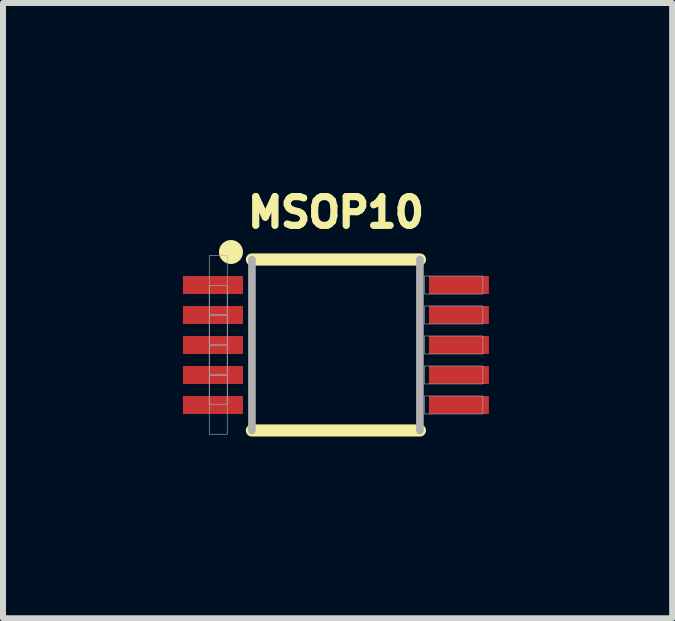
<source format=kicad_pcb>
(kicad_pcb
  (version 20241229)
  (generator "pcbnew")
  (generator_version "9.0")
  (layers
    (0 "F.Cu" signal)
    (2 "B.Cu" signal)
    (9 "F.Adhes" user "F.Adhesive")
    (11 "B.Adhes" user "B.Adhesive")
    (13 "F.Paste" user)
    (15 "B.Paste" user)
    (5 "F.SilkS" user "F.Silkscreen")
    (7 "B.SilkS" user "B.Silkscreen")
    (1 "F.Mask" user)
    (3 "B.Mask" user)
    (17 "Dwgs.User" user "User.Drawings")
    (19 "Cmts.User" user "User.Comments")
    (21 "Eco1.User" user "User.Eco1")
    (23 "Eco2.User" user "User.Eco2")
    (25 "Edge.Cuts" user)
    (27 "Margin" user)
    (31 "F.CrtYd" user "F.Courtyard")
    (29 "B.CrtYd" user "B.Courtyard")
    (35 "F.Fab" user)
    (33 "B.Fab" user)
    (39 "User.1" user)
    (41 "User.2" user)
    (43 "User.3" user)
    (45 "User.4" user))
  (footprint "MSOP10"
    (layer "F.Cu")
    (at 2.55 2.701)
    (property "Reference" "MSOP10" (at 0 -2.21 0) (layer "F.SilkS") (effects (font (size 0.48 0.48) (thickness 0.15))))
    (attr smd)
    (fp_poly (pts (xy -2.25 -1.55) (xy -1.85 -1.55) (xy -1.85 -0.45) (xy -2.25 -0.45)) (stroke (width 0.01) (type solid)) (fill yes) (layer "F.Mask"))
    (fp_poly (pts (xy -2.25 -1.05) (xy -1.85 -1.05) (xy -1.85 0.05) (xy -2.25 0.05)) (stroke (width 0.01) (type solid)) (fill yes) (layer "F.Mask"))
    (fp_poly (pts (xy -2.25 -0.55) (xy -1.85 -0.55) (xy -1.85 0.55) (xy -2.25 0.55)) (stroke (width 0.01) (type solid)) (fill yes) (layer "F.Mask"))
    (fp_poly (pts (xy -2.25 -0.05) (xy -1.85 -0.05) (xy -1.85 1.05) (xy -2.25 1.05)) (stroke (width 0.01) (type solid)) (fill yes) (layer "F.Mask"))
    (fp_poly (pts (xy -2.25 0.45) (xy -1.85 0.45) (xy -1.85 1.55) (xy -2.25 1.55)) (stroke (width 0.01) (type solid)) (fill yes) (layer "F.Mask"))
    (fp_poly (pts (xy 1.5 -1.2) (xy 2.6 -1.2) (xy 2.6 -0.8) (xy 1.5 -0.8)) (stroke (width 0.01) (type solid)) (fill yes) (layer "F.Mask"))
    (fp_poly (pts (xy 1.5 -0.7) (xy 2.6 -0.7) (xy 2.6 -0.3) (xy 1.5 -0.3)) (stroke (width 0.01) (type solid)) (fill yes) (layer "F.Mask"))
    (fp_poly (pts (xy 1.5 -0.2) (xy 2.6 -0.2) (xy 2.6 0.2) (xy 1.5 0.2)) (stroke (width 0.01) (type solid)) (fill yes) (layer "F.Mask"))
    (fp_poly (pts (xy 1.5 0.3) (xy 2.6 0.3) (xy 2.6 0.7) (xy 1.5 0.7)) (stroke (width 0.01) (type solid)) (fill yes) (layer "F.Mask"))
    (fp_poly (pts (xy 1.5 0.8) (xy 2.6 0.8) (xy 2.6 1.2) (xy 1.5 1.2)) (stroke (width 0.01) (type solid)) (fill yes) (layer "F.Mask"))
    (fp_line (start -1.4 1.425) (end 1.4 1.425) (stroke (width 0.203) (type solid)) (layer "F.SilkS"))
    (fp_line (start 1.4 -1.425) (end -1.4 -1.425) (stroke (width 0.203) (type solid)) (layer "F.SilkS"))
    (fp_circle (center -1.75 -1.55) (end -1.55 -1.55) (stroke (width 0) (type solid)) (fill yes) (layer "F.SilkS"))
    (fp_poly (pts (xy -2.188 -1.438) (xy -1.938 -1.438) (xy -1.938 -0.562) (xy -2.188 -0.562)) (stroke (width 0.01) (type solid)) (fill yes) (layer "F.Paste"))
    (fp_poly (pts (xy -2.188 -0.938) (xy -1.938 -0.938) (xy -1.938 -0.062) (xy -2.188 -0.062)) (stroke (width 0.01) (type solid)) (fill yes) (layer "F.Paste"))
    (fp_poly (pts (xy -2.188 -0.438) (xy -1.938 -0.438) (xy -1.938 0.438) (xy -2.188 0.438)) (stroke (width 0.01) (type solid)) (fill yes) (layer "F.Paste"))
    (fp_poly (pts (xy -2.188 0.062) (xy -1.938 0.062) (xy -1.938 0.938) (xy -2.188 0.938)) (stroke (width 0.01) (type solid)) (fill yes) (layer "F.Paste"))
    (fp_poly (pts (xy -2.188 0.562) (xy -1.938 0.562) (xy -1.938 1.438) (xy -2.188 1.438)) (stroke (width 0.01) (type solid)) (fill yes) (layer "F.Paste"))
    (fp_poly (pts (xy 1.625 -1.125) (xy 2.5 -1.125) (xy 2.5 -0.875) (xy 1.625 -0.875)) (stroke (width 0.01) (type solid)) (fill yes) (layer "F.Paste"))
    (fp_poly (pts (xy 1.625 -0.625) (xy 2.5 -0.625) (xy 2.5 -0.375) (xy 1.625 -0.375)) (stroke (width 0.01) (type solid)) (fill yes) (layer "F.Paste"))
    (fp_poly (pts (xy 1.625 -0.125) (xy 2.5 -0.125) (xy 2.5 0.125) (xy 1.625 0.125)) (stroke (width 0.01) (type solid)) (fill yes) (layer "F.Paste"))
    (fp_poly (pts (xy 1.625 0.375) (xy 2.5 0.375) (xy 2.5 0.625) (xy 1.625 0.625)) (stroke (width 0.01) (type solid)) (fill yes) (layer "F.Paste"))
    (fp_poly (pts (xy 1.625 0.875) (xy 2.5 0.875) (xy 2.5 1.125) (xy 1.625 1.125)) (stroke (width 0.01) (type solid)) (fill yes) (layer "F.Paste"))
    (fp_line (start -1.4 -1.425) (end -1.4 1.425) (stroke (width 0.127) (type solid)) (layer "F.Fab"))
    (fp_line (start 1.4 1.425) (end 1.4 -1.425) (stroke (width 0.127) (type solid)) (layer "F.Fab"))
    (fp_poly (pts (xy -2.112 -1.488) (xy -1.812 -1.488) (xy -1.812 -0.512) (xy -2.112 -0.512)) (stroke (width 0.01) (type solid)) (fill no) (layer "F.Fab"))
    (fp_poly (pts (xy -2.112 -0.988) (xy -1.812 -0.988) (xy -1.812 -0.013) (xy -2.112 -0.013)) (stroke (width 0.01) (type solid)) (fill no) (layer "F.Fab"))
    (fp_poly (pts (xy -2.112 -0.487) (xy -1.812 -0.487) (xy -1.812 0.487) (xy -2.112 0.487)) (stroke (width 0.01) (type solid)) (fill no) (layer "F.Fab"))
    (fp_poly (pts (xy -2.112 0.013) (xy -1.812 0.013) (xy -1.812 0.988) (xy -2.112 0.988)) (stroke (width 0.01) (type solid)) (fill no) (layer "F.Fab"))
    (fp_poly (pts (xy -2.112 0.512) (xy -1.812 0.512) (xy -1.812 1.488) (xy -2.112 1.488)) (stroke (width 0.01) (type solid)) (fill no) (layer "F.Fab"))
    (fp_poly (pts (xy 1.475 -1.15) (xy 2.45 -1.15) (xy 2.45 -0.85) (xy 1.475 -0.85)) (stroke (width 0.01) (type solid)) (fill no) (layer "F.Fab"))
    (fp_poly (pts (xy 1.475 -0.65) (xy 2.45 -0.65) (xy 2.45 -0.35) (xy 1.475 -0.35)) (stroke (width 0.01) (type solid)) (fill no) (layer "F.Fab"))
    (fp_poly (pts (xy 1.475 -0.15) (xy 2.45 -0.15) (xy 2.45 0.15) (xy 1.475 0.15)) (stroke (width 0.01) (type solid)) (fill no) (layer "F.Fab"))
    (fp_poly (pts (xy 1.475 0.35) (xy 2.45 0.35) (xy 2.45 0.65) (xy 1.475 0.65)) (stroke (width 0.01) (type solid)) (fill no) (layer "F.Fab"))
    (fp_poly (pts (xy 1.475 0.85) (xy 2.45 0.85) (xy 2.45 1.15) (xy 1.475 1.15)) (stroke (width 0.01) (type solid)) (fill no) (layer "F.Fab"))
    (pad "1" smd rect (at -2.05 -1 270) (size 0.3 1) (layers "F.Cu"))
    (pad "2" smd rect (at -2.05 -0.5 270) (size 0.3 1) (layers "F.Cu"))
    (pad "3" smd rect (at -2.05 0 270) (size 0.3 1) (layers "F.Cu"))
    (pad "4" smd rect (at -2.05 0.5 270) (size 0.3 1) (layers "F.Cu"))
    (pad "5" smd rect (at -2.05 1 270) (size 0.3 1) (layers "F.Cu"))
    (pad "6" smd rect (at 2.05 1 90) (size 0.3 1) (layers "F.Cu"))
    (pad "7" smd rect (at 2.05 0.5 90) (size 0.3 1) (layers "F.Cu"))
    (pad "8" smd rect (at 2.05 0 90) (size 0.3 1) (layers "F.Cu"))
    (pad "9" smd rect (at 2.05 -0.5 90) (size 0.3 1) (layers "F.Cu"))
    (pad "10" smd rect (at 2.05 -1 90) (size 0.3 1) (layers "F.Cu")))
  (gr_rect
    (start -3 -3)
    (end 8.155 7.256)
    (stroke (width 0.1) (type default))
    (fill no)
    (layer "Edge.Cuts")))
</source>
